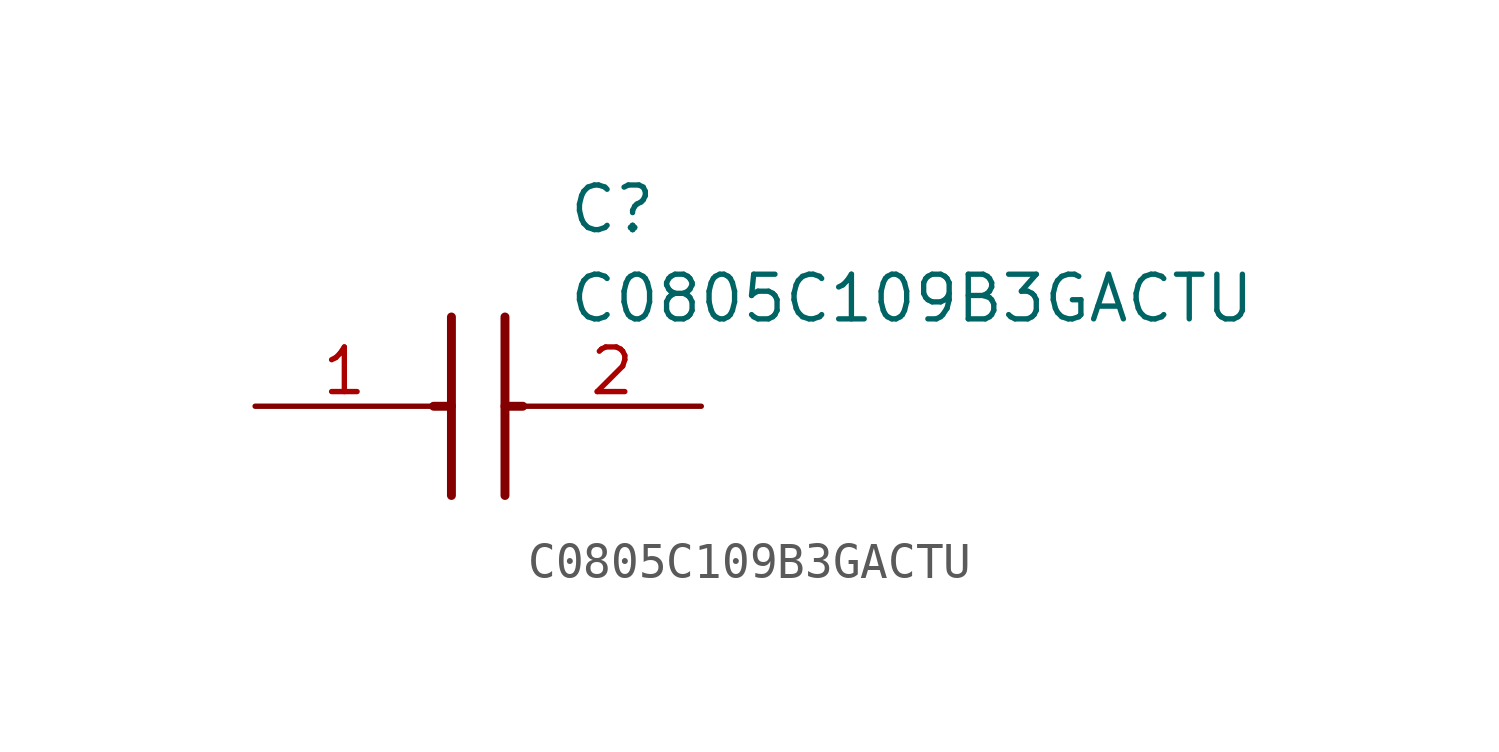
<source format=kicad_sym>
(kicad_symbol_lib
  (version 20211014)
  (generator SamacSys_ECAD_Model)
  (symbol "C0805C109B3GACTU"
    (pin_names hide)
    (property "Reference" "C"
      (at 8.89 6.35 0)
      (effects (font (size 1.27 1.27)) (justify left top)))
    (property "Value" "C0805C109B3GACTU"
      (at 8.89 3.81 0)
      (effects (font (size 1.27 1.27)) (justify left top)))
    (polyline
      (pts (xy 5.588 2.54) (xy 5.588 -2.54))
      (stroke (width 0.254) (type default))
      (fill (type none)))
    (polyline
      (pts (xy 7.112 2.54) (xy 7.112 -2.54))
      (stroke (width 0.254) (type default))
      (fill (type none)))
    (polyline
      (pts (xy 5.08 0) (xy 5.588 0))
      (stroke (width 0.254) (type default))
      (fill (type none)))
    (polyline
      (pts (xy 7.112 0) (xy 7.62 0))
      (stroke (width 0.254) (type default))
      (fill (type none)))
    (pin passive line
      (at 0 0 0)
      (length 5.08)
      (name "1" (effects (font (size 1.27 1.27))))
      (number "1" (effects (font (size 1.27 1.27)))))
    (pin passive line
      (at 12.7 0 180)
      (length 5.08)
      (name "2" (effects (font (size 1.27 1.27))))
      (number "2" (effects (font (size 1.27 1.27)))))))
</source>
